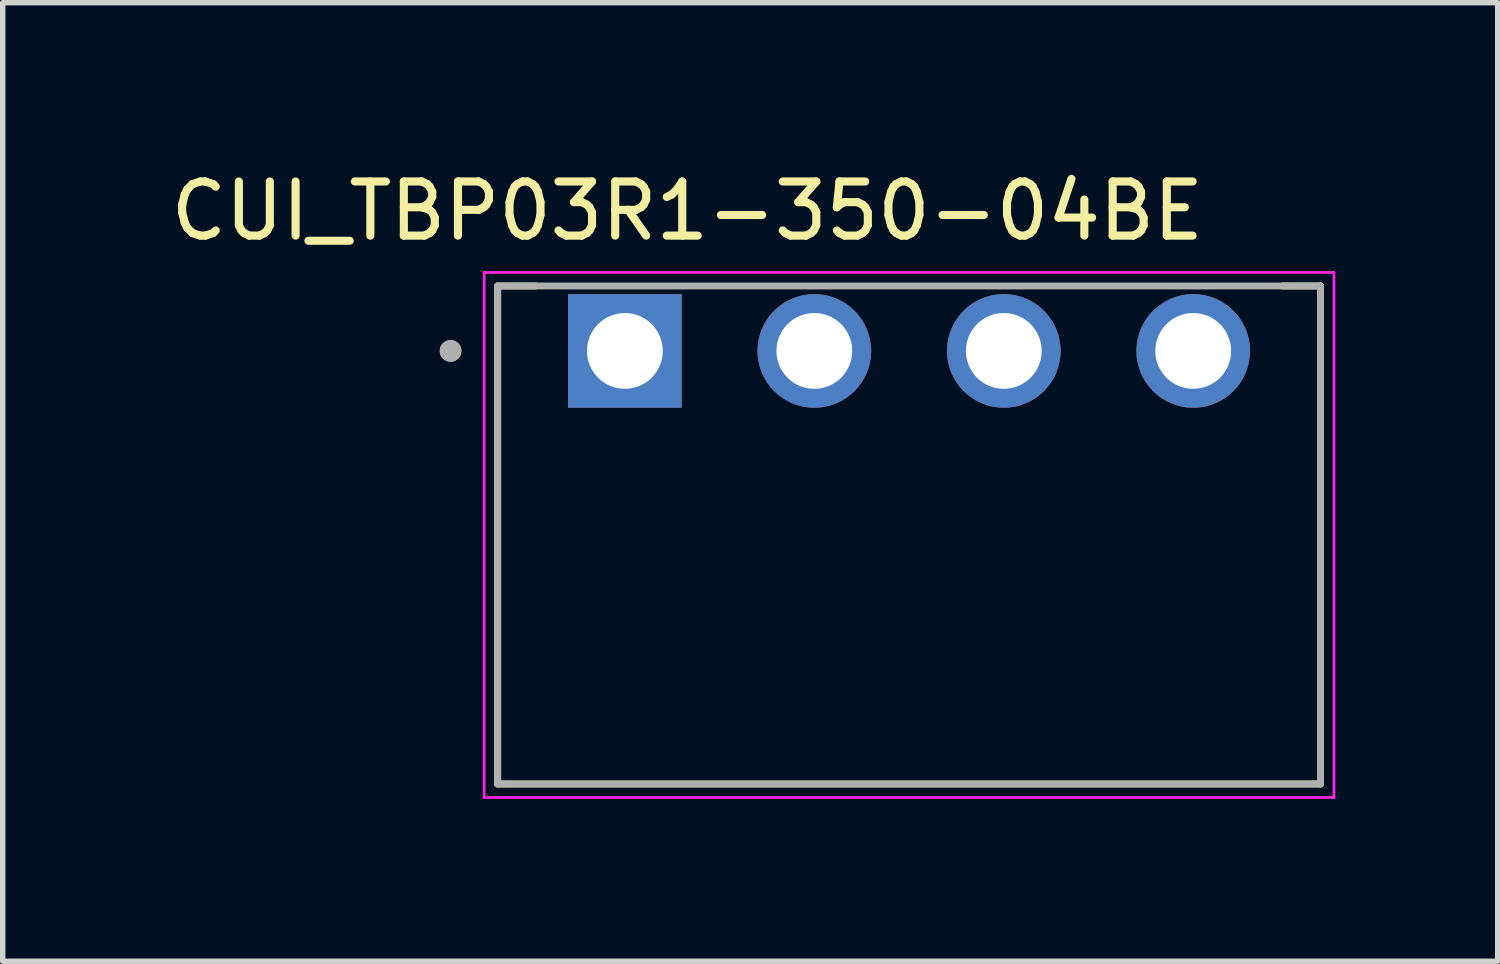
<source format=kicad_pcb>
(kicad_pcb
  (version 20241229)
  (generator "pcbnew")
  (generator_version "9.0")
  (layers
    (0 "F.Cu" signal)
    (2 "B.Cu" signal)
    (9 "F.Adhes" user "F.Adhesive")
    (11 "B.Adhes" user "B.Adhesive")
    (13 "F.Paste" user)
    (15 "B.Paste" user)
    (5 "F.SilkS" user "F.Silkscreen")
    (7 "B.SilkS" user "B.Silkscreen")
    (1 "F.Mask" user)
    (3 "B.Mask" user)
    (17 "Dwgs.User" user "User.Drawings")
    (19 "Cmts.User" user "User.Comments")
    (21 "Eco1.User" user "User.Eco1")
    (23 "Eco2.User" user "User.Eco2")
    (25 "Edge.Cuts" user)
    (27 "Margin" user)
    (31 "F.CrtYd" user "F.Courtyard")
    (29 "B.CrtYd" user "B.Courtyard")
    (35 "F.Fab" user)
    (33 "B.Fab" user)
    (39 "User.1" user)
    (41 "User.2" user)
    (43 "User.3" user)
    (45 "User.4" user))
  (footprint "CUI_TBP03R1-350-04BE"
    (layer "F.Cu")
    (at 8.494 3.433)
    (property "Reference" "CUI_TBP03R1-350-04BE" (at 1.155 -2.585 0) (layer "F.SilkS") (effects (font (size 1 1) (thickness 0.15))))
    (attr through_hole)
    (fp_line (start -2.35 -1.2) (end -2.35 8) (stroke (width 0.127) (type solid)) (layer "F.SilkS"))
    (fp_line (start -2.35 -1.2) (end -1.65 -1.2) (stroke (width 0.127) (type solid)) (layer "F.SilkS"))
    (fp_line (start -2.35 8) (end 12.85 8) (stroke (width 0.127) (type solid)) (layer "F.SilkS"))
    (fp_line (start 12.15 -1.2) (end 12.85 -1.2) (stroke (width 0.127) (type solid)) (layer "F.SilkS"))
    (fp_line (start 12.85 8) (end 12.85 -1.2) (stroke (width 0.127) (type solid)) (layer "F.SilkS"))
    (fp_circle (center -3.22 0) (end -3.12 0) (stroke (width 0.2) (type solid)) (fill no) (layer "F.SilkS"))
    (fp_line (start -2.6 -1.45) (end -2.6 8.25) (stroke (width 0.05) (type solid)) (layer "F.CrtYd"))
    (fp_line (start -2.6 8.25) (end 13.1 8.25) (stroke (width 0.05) (type solid)) (layer "F.CrtYd"))
    (fp_line (start 13.1 -1.45) (end -2.6 -1.45) (stroke (width 0.05) (type solid)) (layer "F.CrtYd"))
    (fp_line (start 13.1 8.25) (end 13.1 -1.45) (stroke (width 0.05) (type solid)) (layer "F.CrtYd"))
    (fp_line (start -2.35 -1.2) (end -2.35 8) (stroke (width 0.127) (type solid)) (layer "F.Fab"))
    (fp_line (start -2.35 8) (end 12.85 8) (stroke (width 0.127) (type solid)) (layer "F.Fab"))
    (fp_line (start 12.85 -1.2) (end -2.35 -1.2) (stroke (width 0.127) (type solid)) (layer "F.Fab"))
    (fp_line (start 12.85 8) (end 12.85 -1.2) (stroke (width 0.127) (type solid)) (layer "F.Fab"))
    (fp_circle (center -3.22 0) (end -3.12 0) (stroke (width 0.2) (type solid)) (fill no) (layer "F.Fab"))
    (pad "1" thru_hole rect (at 0 0) (size 2.1 2.1) (drill 1.4) (layers "*.Cu" "*.Mask"))
    (pad "2" thru_hole circle (at 3.5 0) (size 2.1 2.1) (drill 1.4) (layers "*.Cu" "*.Mask"))
    (pad "3" thru_hole circle (at 7 0) (size 2.1 2.1) (drill 1.4) (layers "*.Cu" "*.Mask"))
    (pad "4" thru_hole circle (at 10.5 0) (size 2.1 2.1) (drill 1.4) (layers "*.Cu" "*.Mask")))
  (gr_rect
    (start -3 -3)
    (end 24.619 14.708)
    (stroke (width 0.1) (type default))
    (fill no)
    (layer "Edge.Cuts")))
</source>
